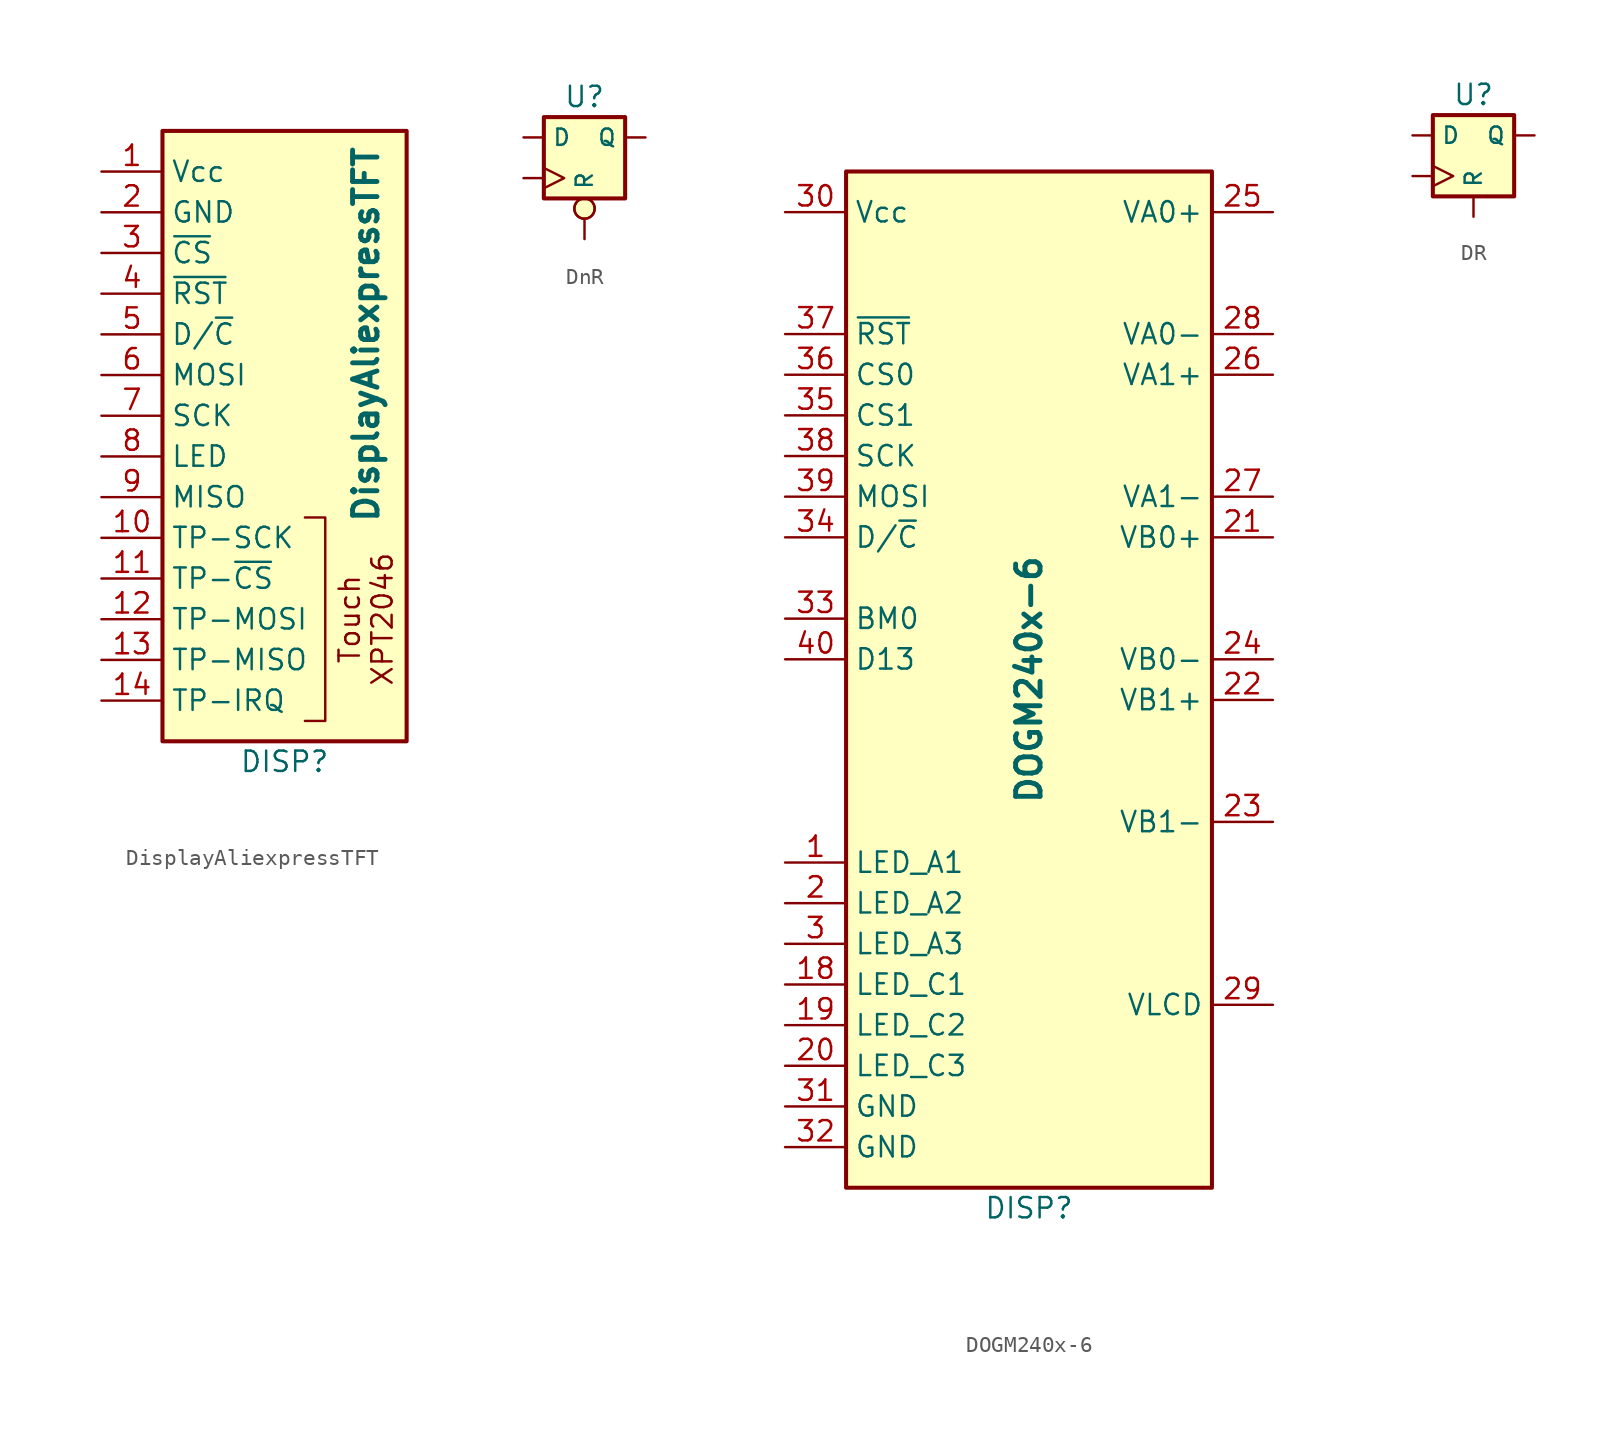
<source format=kicad_sym>
(kicad_symbol_lib
  (version 20231120)
  (generator "kicad_symbol_editor")
  (generator_version "8.0")
  (symbol "DisplayAliexpressTFT"
    (property "Reference" "DISP"
      (at 0 -20.32 0)
      (effects (font (size 1.27 1.27))))
    (property "Value" "DisplayAliexpressTFT"
      (at 5.08 6.35 90)
      (effects (font (size 1.524 1.524) (bold yes))))
    (symbol "DisplayAliexpressTFT_0_1"
      (polyline (pts (xy 1.27 -5.08) (xy 2.54 -5.08) (xy 2.54 -17.78) (xy 1.27 -17.78)) (stroke (width 0) (type default)) (fill (type none))))
    (symbol "DisplayAliexpressTFT_1_1"
      (rectangle (start -7.62 19.05) (end 7.62 -19.05) (stroke (width 0.254) (type default)) (fill (type background)))
      (text "Touch\nXPT2046" (at 5.08 -11.43 900) (effects (font (size 1.27 1.27))))
      (pin passive line (at -11.43 16.51 0) (length 3.81) (name "Vcc" (effects (font (size 1.27 1.27)))) (number "1" (effects (font (size 1.27 1.27)))))
      (pin passive line (at -11.43 -6.35 0) (length 3.81) (name "TP-SCK" (effects (font (size 1.27 1.27)))) (number "10" (effects (font (size 1.27 1.27)))))
      (pin passive line (at -11.43 -8.89 0) (length 3.81) (name "TP-~{CS}" (effects (font (size 1.27 1.27)))) (number "11" (effects (font (size 1.27 1.27)))))
      (pin passive line (at -11.43 -11.43 0) (length 3.81) (name "TP-MOSI" (effects (font (size 1.27 1.27)))) (number "12" (effects (font (size 1.27 1.27)))))
      (pin passive line (at -11.43 -13.97 0) (length 3.81) (name "TP-MISO" (effects (font (size 1.27 1.27)))) (number "13" (effects (font (size 1.27 1.27)))))
      (pin passive line (at -11.43 -16.51 0) (length 3.81) (name "TP-IRQ" (effects (font (size 1.27 1.27)))) (number "14" (effects (font (size 1.27 1.27)))))
      (pin passive line (at -11.43 13.97 0) (length 3.81) (name "GND" (effects (font (size 1.27 1.27)))) (number "2" (effects (font (size 1.27 1.27)))))
      (pin passive line (at -11.43 11.43 0) (length 3.81) (name "~{CS}" (effects (font (size 1.27 1.27)))) (number "3" (effects (font (size 1.27 1.27)))))
      (pin passive line (at -11.43 8.89 0) (length 3.81) (name "~{RST}" (effects (font (size 1.27 1.27)))) (number "4" (effects (font (size 1.27 1.27)))))
      (pin passive line (at -11.43 6.35 0) (length 3.81) (name "D/~{C}" (effects (font (size 1.27 1.27)))) (number "5" (effects (font (size 1.27 1.27)))))
      (pin passive line (at -11.43 3.81 0) (length 3.81) (name "MOSI" (effects (font (size 1.27 1.27)))) (number "6" (effects (font (size 1.27 1.27)))))
      (pin passive line (at -11.43 1.27 0) (length 3.81) (name "SCK" (effects (font (size 1.27 1.27)))) (number "7" (effects (font (size 1.27 1.27)))))
      (pin passive line (at -11.43 -1.27 0) (length 3.81) (name "LED" (effects (font (size 1.27 1.27)))) (number "8" (effects (font (size 1.27 1.27)))))
      (pin passive line (at -11.43 -3.81 0) (length 3.81) (name "MISO" (effects (font (size 1.27 1.27)))) (number "9" (effects (font (size 1.27 1.27)))))))
  (symbol "DnR"
    (pin_numbers hide)
    (property "Reference" "U"
      (at 0 3.81 0)
      (effects (font (size 1.27 1.27))))
    (symbol "DnR_0_1"
      (rectangle (start -2.54 2.54) (end 2.54 -2.54) (stroke (width 0.254) (type default)) (fill (type background)))
      (circle (center 0 -3.175) (radius 0.635) (stroke (width 0.152) (type default)) (fill (type background))))
    (symbol "DnR_1_1"
      (pin input line (at -3.81 1.27 0) (length 1.27) (name "D" (effects (font (size 1.016 1.016)))) (number "~" (effects (font (size 1.27 1.27)))))
      (pin input line (at 3.81 1.27 180) (length 1.27) (name "Q" (effects (font (size 1.016 1.016)))) (number "~" (effects (font (size 1.27 1.27)))))
      (pin input inverted (at 0 -5.08 90) (length 2.54) (name "R" (effects (font (size 1.016 1.016)))) (number "~" (effects (font (size 1.27 1.27)))))
      (pin input clock (at -3.81 -1.27 0) (length 1.27) (name "~" (effects (font (size 1.27 1.27)))) (number "~" (effects (font (size 1.27 1.27)))))))
  (symbol "DOGM240x-6"
    (property "Reference" "DISP"
      (at 0 -33.02 0)
      (effects (font (size 1.27 1.27))))
    (property "Value" "DOGM240x-6"
      (at 0 0 90)
      (effects (font (size 1.524 1.524) (bold yes))))
    (symbol "DOGM240x-6_1_1"
      (rectangle (start -11.43 31.75) (end 11.43 -31.75) (stroke (width 0.254) (type default)) (fill (type background)))
      (pin passive line (at -15.24 -11.43 0) (length 3.81) (name "LED_A1" (effects (font (size 1.27 1.27)))) (number "1" (effects (font (size 1.27 1.27)))))
      (pin passive line (at -15.24 -19.05 0) (length 3.81) (name "LED_C1" (effects (font (size 1.27 1.27)))) (number "18" (effects (font (size 1.27 1.27)))))
      (pin passive line (at -15.24 -21.59 0) (length 3.81) (name "LED_C2" (effects (font (size 1.27 1.27)))) (number "19" (effects (font (size 1.27 1.27)))))
      (pin passive line (at -15.24 -13.97 0) (length 3.81) (name "LED_A2" (effects (font (size 1.27 1.27)))) (number "2" (effects (font (size 1.27 1.27)))))
      (pin passive line (at -15.24 -24.13 0) (length 3.81) (name "LED_C3" (effects (font (size 1.27 1.27)))) (number "20" (effects (font (size 1.27 1.27)))))
      (pin passive line (at 15.24 8.89 180) (length 3.81) (name "VB0+" (effects (font (size 1.27 1.27)))) (number "21" (effects (font (size 1.27 1.27)))))
      (pin passive line (at 15.24 -1.27 180) (length 3.81) (name "VB1+" (effects (font (size 1.27 1.27)))) (number "22" (effects (font (size 1.27 1.27)))))
      (pin passive line (at 15.24 -8.89 180) (length 3.81) (name "VB1-" (effects (font (size 1.27 1.27)))) (number "23" (effects (font (size 1.27 1.27)))))
      (pin passive line (at 15.24 1.27 180) (length 3.81) (name "VB0-" (effects (font (size 1.27 1.27)))) (number "24" (effects (font (size 1.27 1.27)))))
      (pin passive line (at 15.24 29.21 180) (length 3.81) (name "VA0+" (effects (font (size 1.27 1.27)))) (number "25" (effects (font (size 1.27 1.27)))))
      (pin passive line (at 15.24 19.05 180) (length 3.81) (name "VA1+" (effects (font (size 1.27 1.27)))) (number "26" (effects (font (size 1.27 1.27)))))
      (pin passive line (at 15.24 11.43 180) (length 3.81) (name "VA1-" (effects (font (size 1.27 1.27)))) (number "27" (effects (font (size 1.27 1.27)))))
      (pin passive line (at 15.24 21.59 180) (length 3.81) (name "VA0-" (effects (font (size 1.27 1.27)))) (number "28" (effects (font (size 1.27 1.27)))))
      (pin passive line (at 15.24 -20.32 180) (length 3.81) (name "VLCD" (effects (font (size 1.27 1.27)))) (number "29" (effects (font (size 1.27 1.27)))))
      (pin passive line (at -15.24 -16.51 0) (length 3.81) (name "LED_A3" (effects (font (size 1.27 1.27)))) (number "3" (effects (font (size 1.27 1.27)))))
      (pin passive line (at -15.24 29.21 0) (length 3.81) (name "Vcc" (effects (font (size 1.27 1.27)))) (number "30" (effects (font (size 1.27 1.27)))))
      (pin passive line (at -15.24 -26.67 0) (length 3.81) (name "GND" (effects (font (size 1.27 1.27)))) (number "31" (effects (font (size 1.27 1.27)))))
      (pin passive line (at -15.24 -29.21 0) (length 3.81) (name "GND" (effects (font (size 1.27 1.27)))) (number "32" (effects (font (size 1.27 1.27)))))
      (pin passive line (at -15.24 3.81 0) (length 3.81) (name "BM0" (effects (font (size 1.27 1.27)))) (number "33" (effects (font (size 1.27 1.27)))))
      (pin passive line (at -15.24 8.89 0) (length 3.81) (name "D/~{C}" (effects (font (size 1.27 1.27)))) (number "34" (effects (font (size 1.27 1.27)))))
      (pin passive line (at -15.24 16.51 0) (length 3.81) (name "CS1" (effects (font (size 1.27 1.27)))) (number "35" (effects (font (size 1.27 1.27)))))
      (pin passive line (at -15.24 19.05 0) (length 3.81) (name "CS0" (effects (font (size 1.27 1.27)))) (number "36" (effects (font (size 1.27 1.27)))))
      (pin passive line (at -15.24 21.59 0) (length 3.81) (name "~{RST}" (effects (font (size 1.27 1.27)))) (number "37" (effects (font (size 1.27 1.27)))))
      (pin passive line (at -15.24 13.97 0) (length 3.81) (name "SCK" (effects (font (size 1.27 1.27)))) (number "38" (effects (font (size 1.27 1.27)))))
      (pin passive line (at -15.24 11.43 0) (length 3.81) (name "MOSI" (effects (font (size 1.27 1.27)))) (number "39" (effects (font (size 1.27 1.27)))))
      (pin passive line (at -15.24 1.27 0) (length 3.81) (name "D13" (effects (font (size 1.27 1.27)))) (number "40" (effects (font (size 1.27 1.27)))))))
  (symbol "DR"
    (pin_numbers hide)
    (property "Reference" "U"
      (at 0 3.81 0)
      (effects (font (size 1.27 1.27))))
    (symbol "DR_0_1"
      (rectangle (start -2.54 2.54) (end 2.54 -2.54) (stroke (width 0.254) (type default)) (fill (type background))))
    (symbol "DR_1_1"
      (pin input line (at -3.81 1.27 0) (length 1.27) (name "D" (effects (font (size 1.016 1.016)))) (number "~" (effects (font (size 1.27 1.27)))))
      (pin input line (at 3.81 1.27 180) (length 1.27) (name "Q" (effects (font (size 1.016 1.016)))) (number "~" (effects (font (size 1.27 1.27)))))
      (pin input line (at 0 -3.81 90) (length 1.27) (name "R" (effects (font (size 1.016 1.016)))) (number "~" (effects (font (size 1.27 1.27)))))
      (pin input clock (at -3.81 -1.27 0) (length 1.27) (name "~" (effects (font (size 1.27 1.27)))) (number "~" (effects (font (size 1.27 1.27))))))))
</source>
